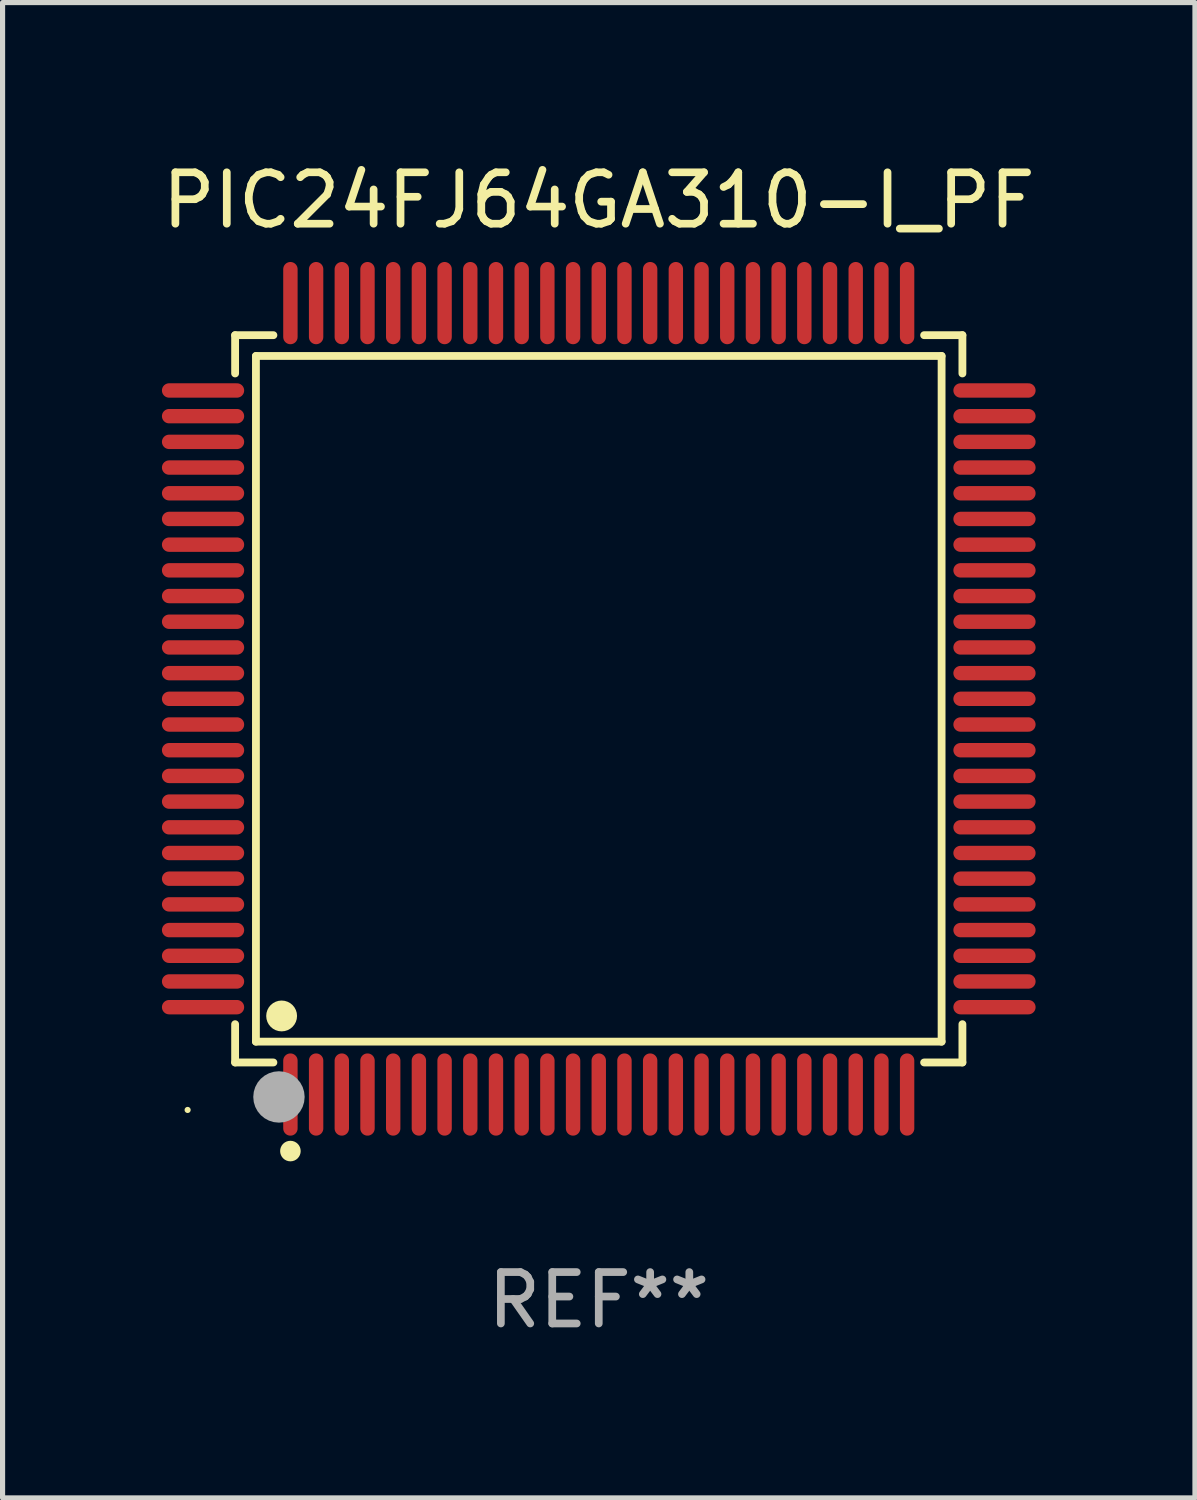
<source format=kicad_pcb>
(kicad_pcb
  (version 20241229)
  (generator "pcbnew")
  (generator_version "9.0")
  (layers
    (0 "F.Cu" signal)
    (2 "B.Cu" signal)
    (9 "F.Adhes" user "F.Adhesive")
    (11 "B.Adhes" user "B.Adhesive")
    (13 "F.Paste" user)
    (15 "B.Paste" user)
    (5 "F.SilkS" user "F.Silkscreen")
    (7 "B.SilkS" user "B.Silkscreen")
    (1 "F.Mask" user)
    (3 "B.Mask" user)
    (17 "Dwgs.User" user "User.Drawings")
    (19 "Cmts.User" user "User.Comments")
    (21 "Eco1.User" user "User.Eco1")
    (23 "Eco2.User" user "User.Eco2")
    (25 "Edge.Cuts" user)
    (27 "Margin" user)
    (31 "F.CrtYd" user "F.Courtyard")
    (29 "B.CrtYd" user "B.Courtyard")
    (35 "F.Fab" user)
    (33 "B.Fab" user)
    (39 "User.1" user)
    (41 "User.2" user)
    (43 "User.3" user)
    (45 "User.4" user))
  (footprint "PIC24FJ64GA310-I_PF"
    (layer "F.Cu")
    (at 8.601 10.548)
    (property "Reference" "PIC24FJ64GA310-I_PF" (at 0 -9.7 0) (layer "F.SilkS") (effects (font (size 1 1) (thickness 0.15))))
    (attr through_hole)
    (fp_line (start -7.076 -7.076) (end -6.331 -7.076) (stroke (width 0.152) (type solid)) (layer "F.SilkS"))
    (fp_line (start -7.076 -6.331) (end -7.076 -7.076) (stroke (width 0.152) (type solid)) (layer "F.SilkS"))
    (fp_line (start -7.076 6.331) (end -7.076 7.076) (stroke (width 0.152) (type solid)) (layer "F.SilkS"))
    (fp_line (start -7.076 7.076) (end -6.331 7.076) (stroke (width 0.152) (type solid)) (layer "F.SilkS"))
    (fp_line (start -6.671 -6.671) (end 6.671 -6.671) (stroke (width 0.152) (type solid)) (layer "F.SilkS"))
    (fp_line (start -6.671 6.671) (end -6.671 -6.671) (stroke (width 0.152) (type solid)) (layer "F.SilkS"))
    (fp_line (start 6.671 -6.671) (end 6.671 6.671) (stroke (width 0.152) (type solid)) (layer "F.SilkS"))
    (fp_line (start 6.671 6.671) (end -6.671 6.671) (stroke (width 0.152) (type solid)) (layer "F.SilkS"))
    (fp_line (start 7.076 -7.076) (end 6.331 -7.076) (stroke (width 0.152) (type solid)) (layer "F.SilkS"))
    (fp_line (start 7.076 -6.331) (end 7.076 -7.076) (stroke (width 0.152) (type solid)) (layer "F.SilkS"))
    (fp_line (start 7.076 6.331) (end 7.076 7.076) (stroke (width 0.152) (type solid)) (layer "F.SilkS"))
    (fp_line (start 7.076 7.076) (end 6.331 7.076) (stroke (width 0.152) (type solid)) (layer "F.SilkS"))
    (fp_circle (center -8 8) (end -7.97 8) (stroke (width 0.06) (type solid)) (fill no) (layer "F.SilkS"))
    (fp_circle (center -6.171 6.171) (end -6.021 6.171) (stroke (width 0.3) (type solid)) (fill no) (layer "F.SilkS"))
    (fp_circle (center -6 8.8) (end -5.9 8.8) (stroke (width 0.2) (type solid)) (fill no) (layer "F.SilkS"))
    (fp_circle (center -6.223 7.747) (end -5.973 7.747) (stroke (width 0.5) (type solid)) (fill no) (layer "F.Fab"))
    (fp_text user "REF**" (at 0 11.7 0) (layer "F.Fab") (effects (font (size 1 1) (thickness 0.15))))
    (pad "1" smd oval (at -6 7.7) (size 0.28 1.6) (layers "F.Cu" "F.Mask" "F.Paste"))
    (pad "2" smd oval (at -5.5 7.7) (size 0.28 1.6) (layers "F.Cu" "F.Mask" "F.Paste"))
    (pad "3" smd oval (at -5 7.7) (size 0.28 1.6) (layers "F.Cu" "F.Mask" "F.Paste"))
    (pad "4" smd oval (at -4.5 7.7) (size 0.28 1.6) (layers "F.Cu" "F.Mask" "F.Paste"))
    (pad "5" smd oval (at -4 7.7) (size 0.28 1.6) (layers "F.Cu" "F.Mask" "F.Paste"))
    (pad "6" smd oval (at -3.5 7.7) (size 0.28 1.6) (layers "F.Cu" "F.Mask" "F.Paste"))
    (pad "7" smd oval (at -3 7.7) (size 0.28 1.6) (layers "F.Cu" "F.Mask" "F.Paste"))
    (pad "8" smd oval (at -2.5 7.7) (size 0.28 1.6) (layers "F.Cu" "F.Mask" "F.Paste"))
    (pad "9" smd oval (at -2 7.7) (size 0.28 1.6) (layers "F.Cu" "F.Mask" "F.Paste"))
    (pad "10" smd oval (at -1.5 7.7) (size 0.28 1.6) (layers "F.Cu" "F.Mask" "F.Paste"))
    (pad "11" smd oval (at -1 7.7) (size 0.28 1.6) (layers "F.Cu" "F.Mask" "F.Paste"))
    (pad "12" smd oval (at -0.5 7.7) (size 0.28 1.6) (layers "F.Cu" "F.Mask" "F.Paste"))
    (pad "13" smd oval (at 0 7.7) (size 0.28 1.6) (layers "F.Cu" "F.Mask" "F.Paste"))
    (pad "14" smd oval (at 0.5 7.7) (size 0.28 1.6) (layers "F.Cu" "F.Mask" "F.Paste"))
    (pad "15" smd oval (at 1 7.7) (size 0.28 1.6) (layers "F.Cu" "F.Mask" "F.Paste"))
    (pad "16" smd oval (at 1.5 7.7) (size 0.28 1.6) (layers "F.Cu" "F.Mask" "F.Paste"))
    (pad "17" smd oval (at 2 7.7) (size 0.28 1.6) (layers "F.Cu" "F.Mask" "F.Paste"))
    (pad "18" smd oval (at 2.5 7.7) (size 0.28 1.6) (layers "F.Cu" "F.Mask" "F.Paste"))
    (pad "19" smd oval (at 3 7.7) (size 0.28 1.6) (layers "F.Cu" "F.Mask" "F.Paste"))
    (pad "20" smd oval (at 3.5 7.7) (size 0.28 1.6) (layers "F.Cu" "F.Mask" "F.Paste"))
    (pad "21" smd oval (at 4 7.7) (size 0.28 1.6) (layers "F.Cu" "F.Mask" "F.Paste"))
    (pad "22" smd oval (at 4.5 7.7) (size 0.28 1.6) (layers "F.Cu" "F.Mask" "F.Paste"))
    (pad "23" smd oval (at 5 7.7) (size 0.28 1.6) (layers "F.Cu" "F.Mask" "F.Paste"))
    (pad "24" smd oval (at 5.5 7.7) (size 0.28 1.6) (layers "F.Cu" "F.Mask" "F.Paste"))
    (pad "25" smd oval (at 6 7.7) (size 0.28 1.6) (layers "F.Cu" "F.Mask" "F.Paste"))
    (pad "26" smd oval (at 7.7 6) (size 1.6 0.28) (layers "F.Cu" "F.Mask" "F.Paste"))
    (pad "27" smd oval (at 7.7 5.5) (size 1.6 0.28) (layers "F.Cu" "F.Mask" "F.Paste"))
    (pad "28" smd oval (at 7.7 5) (size 1.6 0.28) (layers "F.Cu" "F.Mask" "F.Paste"))
    (pad "29" smd oval (at 7.7 4.5) (size 1.6 0.28) (layers "F.Cu" "F.Mask" "F.Paste"))
    (pad "30" smd oval (at 7.7 4) (size 1.6 0.28) (layers "F.Cu" "F.Mask" "F.Paste"))
    (pad "31" smd oval (at 7.7 3.5) (size 1.6 0.28) (layers "F.Cu" "F.Mask" "F.Paste"))
    (pad "32" smd oval (at 7.7 3) (size 1.6 0.28) (layers "F.Cu" "F.Mask" "F.Paste"))
    (pad "33" smd oval (at 7.7 2.5) (size 1.6 0.28) (layers "F.Cu" "F.Mask" "F.Paste"))
    (pad "34" smd oval (at 7.7 2) (size 1.6 0.28) (layers "F.Cu" "F.Mask" "F.Paste"))
    (pad "35" smd oval (at 7.7 1.5) (size 1.6 0.28) (layers "F.Cu" "F.Mask" "F.Paste"))
    (pad "36" smd oval (at 7.7 1) (size 1.6 0.28) (layers "F.Cu" "F.Mask" "F.Paste"))
    (pad "37" smd oval (at 7.7 0.5) (size 1.6 0.28) (layers "F.Cu" "F.Mask" "F.Paste"))
    (pad "38" smd oval (at 7.7 0) (size 1.6 0.28) (layers "F.Cu" "F.Mask" "F.Paste"))
    (pad "39" smd oval (at 7.7 -0.5) (size 1.6 0.28) (layers "F.Cu" "F.Mask" "F.Paste"))
    (pad "40" smd oval (at 7.7 -1) (size 1.6 0.28) (layers "F.Cu" "F.Mask" "F.Paste"))
    (pad "41" smd oval (at 7.7 -1.5) (size 1.6 0.28) (layers "F.Cu" "F.Mask" "F.Paste"))
    (pad "42" smd oval (at 7.7 -2) (size 1.6 0.28) (layers "F.Cu" "F.Mask" "F.Paste"))
    (pad "43" smd oval (at 7.7 -2.5) (size 1.6 0.28) (layers "F.Cu" "F.Mask" "F.Paste"))
    (pad "44" smd oval (at 7.7 -3) (size 1.6 0.28) (layers "F.Cu" "F.Mask" "F.Paste"))
    (pad "45" smd oval (at 7.7 -3.5) (size 1.6 0.28) (layers "F.Cu" "F.Mask" "F.Paste"))
    (pad "46" smd oval (at 7.7 -4) (size 1.6 0.28) (layers "F.Cu" "F.Mask" "F.Paste"))
    (pad "47" smd oval (at 7.7 -4.5) (size 1.6 0.28) (layers "F.Cu" "F.Mask" "F.Paste"))
    (pad "48" smd oval (at 7.7 -5) (size 1.6 0.28) (layers "F.Cu" "F.Mask" "F.Paste"))
    (pad "49" smd oval (at 7.7 -5.5) (size 1.6 0.28) (layers "F.Cu" "F.Mask" "F.Paste"))
    (pad "50" smd oval (at 7.7 -6) (size 1.6 0.28) (layers "F.Cu" "F.Mask" "F.Paste"))
    (pad "51" smd oval (at 6 -7.7) (size 0.28 1.6) (layers "F.Cu" "F.Mask" "F.Paste"))
    (pad "52" smd oval (at 5.5 -7.7) (size 0.28 1.6) (layers "F.Cu" "F.Mask" "F.Paste"))
    (pad "53" smd oval (at 5 -7.7) (size 0.28 1.6) (layers "F.Cu" "F.Mask" "F.Paste"))
    (pad "54" smd oval (at 4.5 -7.7) (size 0.28 1.6) (layers "F.Cu" "F.Mask" "F.Paste"))
    (pad "55" smd oval (at 4 -7.7) (size 0.28 1.6) (layers "F.Cu" "F.Mask" "F.Paste"))
    (pad "56" smd oval (at 3.5 -7.7) (size 0.28 1.6) (layers "F.Cu" "F.Mask" "F.Paste"))
    (pad "57" smd oval (at 3 -7.7) (size 0.28 1.6) (layers "F.Cu" "F.Mask" "F.Paste"))
    (pad "58" smd oval (at 2.5 -7.7) (size 0.28 1.6) (layers "F.Cu" "F.Mask" "F.Paste"))
    (pad "59" smd oval (at 2 -7.7) (size 0.28 1.6) (layers "F.Cu" "F.Mask" "F.Paste"))
    (pad "60" smd oval (at 1.5 -7.7) (size 0.28 1.6) (layers "F.Cu" "F.Mask" "F.Paste"))
    (pad "61" smd oval (at 1 -7.7) (size 0.28 1.6) (layers "F.Cu" "F.Mask" "F.Paste"))
    (pad "62" smd oval (at 0.5 -7.7) (size 0.28 1.6) (layers "F.Cu" "F.Mask" "F.Paste"))
    (pad "63" smd oval (at 0 -7.7) (size 0.28 1.6) (layers "F.Cu" "F.Mask" "F.Paste"))
    (pad "64" smd oval (at -0.5 -7.7) (size 0.28 1.6) (layers "F.Cu" "F.Mask" "F.Paste"))
    (pad "65" smd oval (at -1 -7.7) (size 0.28 1.6) (layers "F.Cu" "F.Mask" "F.Paste"))
    (pad "66" smd oval (at -1.5 -7.7) (size 0.28 1.6) (layers "F.Cu" "F.Mask" "F.Paste"))
    (pad "67" smd oval (at -2 -7.7) (size 0.28 1.6) (layers "F.Cu" "F.Mask" "F.Paste"))
    (pad "68" smd oval (at -2.5 -7.7) (size 0.28 1.6) (layers "F.Cu" "F.Mask" "F.Paste"))
    (pad "69" smd oval (at -3 -7.7) (size 0.28 1.6) (layers "F.Cu" "F.Mask" "F.Paste"))
    (pad "70" smd oval (at -3.5 -7.7) (size 0.28 1.6) (layers "F.Cu" "F.Mask" "F.Paste"))
    (pad "71" smd oval (at -4 -7.7) (size 0.28 1.6) (layers "F.Cu" "F.Mask" "F.Paste"))
    (pad "72" smd oval (at -4.5 -7.7) (size 0.28 1.6) (layers "F.Cu" "F.Mask" "F.Paste"))
    (pad "73" smd oval (at -5 -7.7) (size 0.28 1.6) (layers "F.Cu" "F.Mask" "F.Paste"))
    (pad "74" smd oval (at -5.5 -7.7) (size 0.28 1.6) (layers "F.Cu" "F.Mask" "F.Paste"))
    (pad "75" smd oval (at -6 -7.7) (size 0.28 1.6) (layers "F.Cu" "F.Mask" "F.Paste"))
    (pad "76" smd oval (at -7.7 -6) (size 1.6 0.28) (layers "F.Cu" "F.Mask" "F.Paste"))
    (pad "77" smd oval (at -7.7 -5.5) (size 1.6 0.28) (layers "F.Cu" "F.Mask" "F.Paste"))
    (pad "78" smd oval (at -7.7 -5) (size 1.6 0.28) (layers "F.Cu" "F.Mask" "F.Paste"))
    (pad "79" smd oval (at -7.7 -4.5) (size 1.6 0.28) (layers "F.Cu" "F.Mask" "F.Paste"))
    (pad "80" smd oval (at -7.7 -4) (size 1.6 0.28) (layers "F.Cu" "F.Mask" "F.Paste"))
    (pad "81" smd oval (at -7.7 -3.5) (size 1.6 0.28) (layers "F.Cu" "F.Mask" "F.Paste"))
    (pad "82" smd oval (at -7.7 -3) (size 1.6 0.28) (layers "F.Cu" "F.Mask" "F.Paste"))
    (pad "83" smd oval (at -7.7 -2.5) (size 1.6 0.28) (layers "F.Cu" "F.Mask" "F.Paste"))
    (pad "84" smd oval (at -7.7 -2) (size 1.6 0.28) (layers "F.Cu" "F.Mask" "F.Paste"))
    (pad "85" smd oval (at -7.7 -1.5) (size 1.6 0.28) (layers "F.Cu" "F.Mask" "F.Paste"))
    (pad "86" smd oval (at -7.7 -1) (size 1.6 0.28) (layers "F.Cu" "F.Mask" "F.Paste"))
    (pad "87" smd oval (at -7.7 -0.5) (size 1.6 0.28) (layers "F.Cu" "F.Mask" "F.Paste"))
    (pad "88" smd oval (at -7.7 0) (size 1.6 0.28) (layers "F.Cu" "F.Mask" "F.Paste"))
    (pad "89" smd oval (at -7.7 0.5) (size 1.6 0.28) (layers "F.Cu" "F.Mask" "F.Paste"))
    (pad "90" smd oval (at -7.7 1) (size 1.6 0.28) (layers "F.Cu" "F.Mask" "F.Paste"))
    (pad "91" smd oval (at -7.7 1.5) (size 1.6 0.28) (layers "F.Cu" "F.Mask" "F.Paste"))
    (pad "92" smd oval (at -7.7 2) (size 1.6 0.28) (layers "F.Cu" "F.Mask" "F.Paste"))
    (pad "93" smd oval (at -7.7 2.5) (size 1.6 0.28) (layers "F.Cu" "F.Mask" "F.Paste"))
    (pad "94" smd oval (at -7.7 3) (size 1.6 0.28) (layers "F.Cu" "F.Mask" "F.Paste"))
    (pad "95" smd oval (at -7.7 3.5) (size 1.6 0.28) (layers "F.Cu" "F.Mask" "F.Paste"))
    (pad "96" smd oval (at -7.7 4) (size 1.6 0.28) (layers "F.Cu" "F.Mask" "F.Paste"))
    (pad "97" smd oval (at -7.7 4.5) (size 1.6 0.28) (layers "F.Cu" "F.Mask" "F.Paste"))
    (pad "98" smd oval (at -7.7 5) (size 1.6 0.28) (layers "F.Cu" "F.Mask" "F.Paste"))
    (pad "99" smd oval (at -7.7 5.5) (size 1.6 0.28) (layers "F.Cu" "F.Mask" "F.Paste"))
    (pad "100" smd oval (at -7.7 6) (size 1.6 0.28) (layers "F.Cu" "F.Mask" "F.Paste")))
  (gr_rect
    (start -3 -3)
    (end 20.202 26.097)
    (stroke (width 0.1) (type default))
    (fill no)
    (layer "Edge.Cuts")))
</source>
